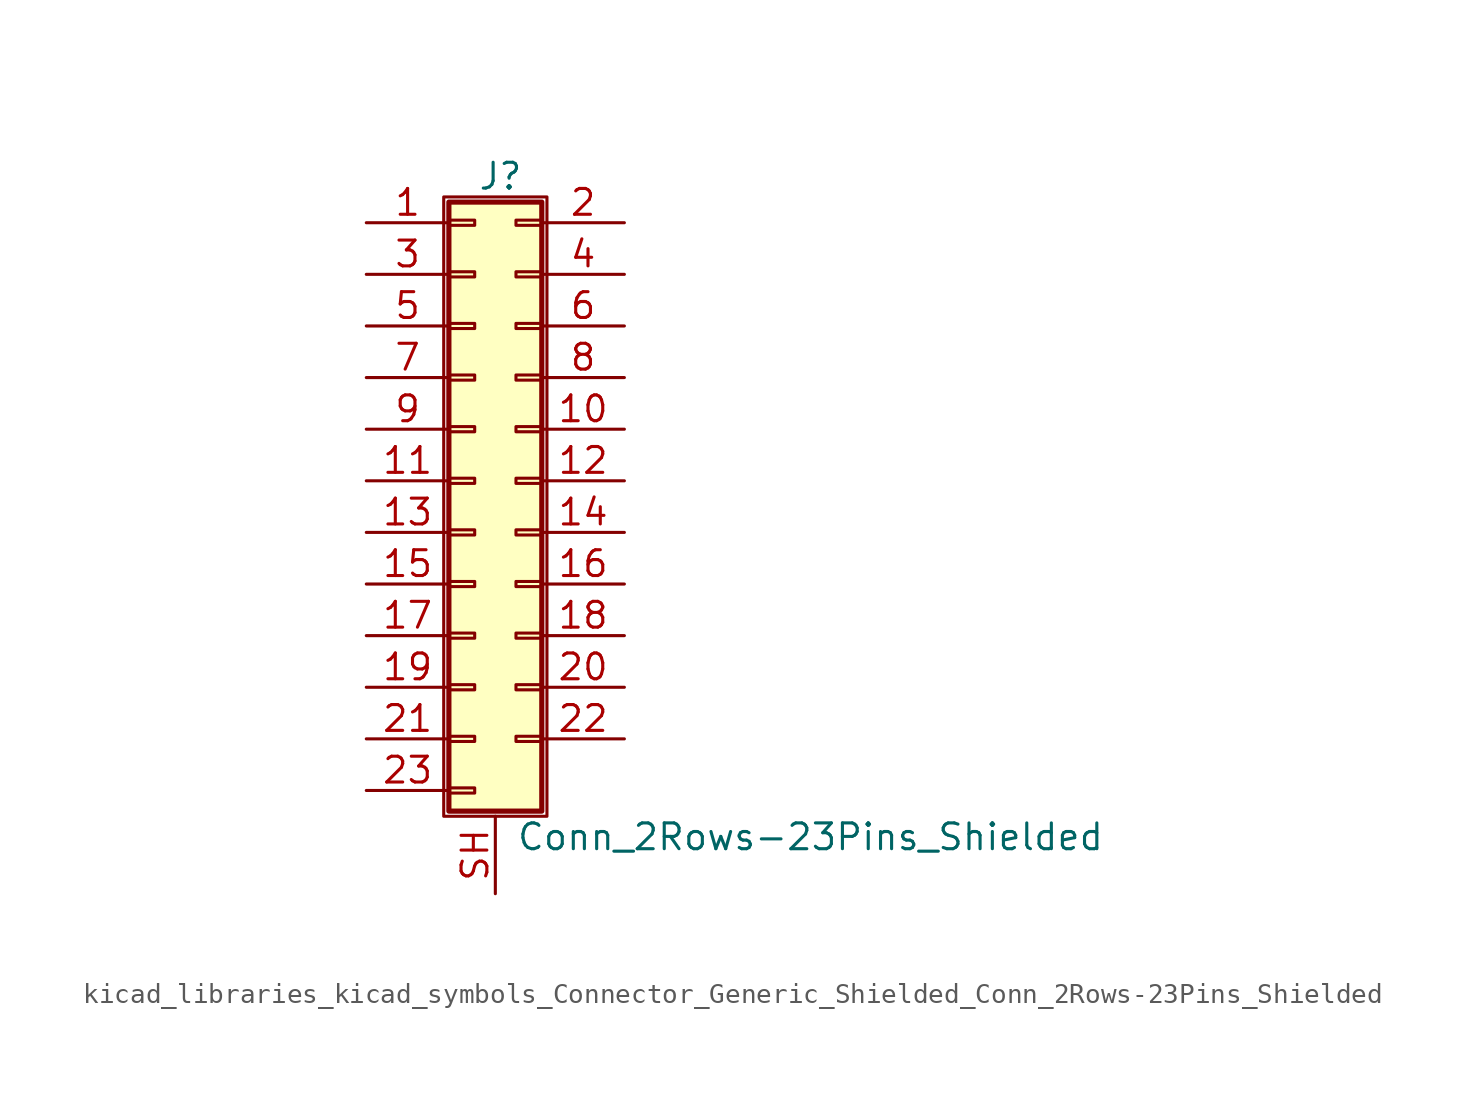
<source format=kicad_sym>
(kicad_symbol_lib
  (version 20220914)
  (generator kicad_symbol_editor)
  (symbol "kicad_libraries_kicad_symbols_Connector_Generic_Shielded_Conn_2Rows-23Pins_Shielded"
    (pin_names
      (offset 1.016) hide)
    (property "Reference" "J"
      (at 1.524 14.986 0)
      (effects (font (size 1.27 1.27))))
    (property "Value" "Conn_2Rows-23Pins_Shielded"
      (at 2.286 -17.526 0)
      (effects (font (size 1.27 1.27)) (justify left)))
    (symbol "kicad_libraries_kicad_symbols_Connector_Generic_Shielded_Conn_2Rows-23Pins_Shielded_1_1"
      (rectangle (start -1.27 13.97) (end 3.81 -16.51) (stroke (width 0.152) (type default)) (fill (type none)))
      (rectangle (start -1.016 -15.113) (end 0.254 -15.367) (stroke (width 0.152) (type default)) (fill (type none)))
      (rectangle (start -1.016 -12.573) (end 0.254 -12.827) (stroke (width 0.152) (type default)) (fill (type none)))
      (rectangle (start -1.016 -10.033) (end 0.254 -10.287) (stroke (width 0.152) (type default)) (fill (type none)))
      (rectangle (start -1.016 -7.493) (end 0.254 -7.747) (stroke (width 0.152) (type default)) (fill (type none)))
      (rectangle (start -1.016 -4.953) (end 0.254 -5.207) (stroke (width 0.152) (type default)) (fill (type none)))
      (rectangle (start -1.016 -2.413) (end 0.254 -2.667) (stroke (width 0.152) (type default)) (fill (type none)))
      (rectangle (start -1.016 0.127) (end 0.254 -0.127) (stroke (width 0.152) (type default)) (fill (type none)))
      (rectangle (start -1.016 2.667) (end 0.254 2.413) (stroke (width 0.152) (type default)) (fill (type none)))
      (rectangle (start -1.016 5.207) (end 0.254 4.953) (stroke (width 0.152) (type default)) (fill (type none)))
      (rectangle (start -1.016 7.747) (end 0.254 7.493) (stroke (width 0.152) (type default)) (fill (type none)))
      (rectangle (start -1.016 10.287) (end 0.254 10.033) (stroke (width 0.152) (type default)) (fill (type none)))
      (rectangle (start -1.016 12.827) (end 0.254 12.573) (stroke (width 0.152) (type default)) (fill (type none)))
      (rectangle (start -1.016 13.716) (end 3.556 -16.256) (stroke (width 0.254) (type default)) (fill (type background)))
      (rectangle (start 3.556 -12.573) (end 2.286 -12.827) (stroke (width 0.152) (type default)) (fill (type none)))
      (rectangle (start 3.556 -10.033) (end 2.286 -10.287) (stroke (width 0.152) (type default)) (fill (type none)))
      (rectangle (start 3.556 -7.493) (end 2.286 -7.747) (stroke (width 0.152) (type default)) (fill (type none)))
      (rectangle (start 3.556 -4.953) (end 2.286 -5.207) (stroke (width 0.152) (type default)) (fill (type none)))
      (rectangle (start 3.556 -2.413) (end 2.286 -2.667) (stroke (width 0.152) (type default)) (fill (type none)))
      (rectangle (start 3.556 0.127) (end 2.286 -0.127) (stroke (width 0.152) (type default)) (fill (type none)))
      (rectangle (start 3.556 2.667) (end 2.286 2.413) (stroke (width 0.152) (type default)) (fill (type none)))
      (rectangle (start 3.556 5.207) (end 2.286 4.953) (stroke (width 0.152) (type default)) (fill (type none)))
      (rectangle (start 3.556 7.747) (end 2.286 7.493) (stroke (width 0.152) (type default)) (fill (type none)))
      (rectangle (start 3.556 10.287) (end 2.286 10.033) (stroke (width 0.152) (type default)) (fill (type none)))
      (rectangle (start 3.556 12.827) (end 2.286 12.573) (stroke (width 0.152) (type default)) (fill (type none)))
      (pin passive line (at -5.08 12.7 0) (length 4.064) (name "Pin_1" (effects (font (size 1.27 1.27)))) (number "1" (effects (font (size 1.27 1.27)))))
      (pin passive line (at 7.62 2.54 180) (length 4.064) (name "Pin_10" (effects (font (size 1.27 1.27)))) (number "10" (effects (font (size 1.27 1.27)))))
      (pin passive line (at -5.08 0 0) (length 4.064) (name "Pin_11" (effects (font (size 1.27 1.27)))) (number "11" (effects (font (size 1.27 1.27)))))
      (pin passive line (at 7.62 0 180) (length 4.064) (name "Pin_12" (effects (font (size 1.27 1.27)))) (number "12" (effects (font (size 1.27 1.27)))))
      (pin passive line (at -5.08 -2.54 0) (length 4.064) (name "Pin_13" (effects (font (size 1.27 1.27)))) (number "13" (effects (font (size 1.27 1.27)))))
      (pin passive line (at 7.62 -2.54 180) (length 4.064) (name "Pin_14" (effects (font (size 1.27 1.27)))) (number "14" (effects (font (size 1.27 1.27)))))
      (pin passive line (at -5.08 -5.08 0) (length 4.064) (name "Pin_15" (effects (font (size 1.27 1.27)))) (number "15" (effects (font (size 1.27 1.27)))))
      (pin passive line (at 7.62 -5.08 180) (length 4.064) (name "Pin_16" (effects (font (size 1.27 1.27)))) (number "16" (effects (font (size 1.27 1.27)))))
      (pin passive line (at -5.08 -7.62 0) (length 4.064) (name "Pin_17" (effects (font (size 1.27 1.27)))) (number "17" (effects (font (size 1.27 1.27)))))
      (pin passive line (at 7.62 -7.62 180) (length 4.064) (name "Pin_18" (effects (font (size 1.27 1.27)))) (number "18" (effects (font (size 1.27 1.27)))))
      (pin passive line (at -5.08 -10.16 0) (length 4.064) (name "Pin_19" (effects (font (size 1.27 1.27)))) (number "19" (effects (font (size 1.27 1.27)))))
      (pin passive line (at 7.62 12.7 180) (length 4.064) (name "Pin_2" (effects (font (size 1.27 1.27)))) (number "2" (effects (font (size 1.27 1.27)))))
      (pin passive line (at 7.62 -10.16 180) (length 4.064) (name "Pin_20" (effects (font (size 1.27 1.27)))) (number "20" (effects (font (size 1.27 1.27)))))
      (pin passive line (at -5.08 -12.7 0) (length 4.064) (name "Pin_21" (effects (font (size 1.27 1.27)))) (number "21" (effects (font (size 1.27 1.27)))))
      (pin passive line (at 7.62 -12.7 180) (length 4.064) (name "Pin_22" (effects (font (size 1.27 1.27)))) (number "22" (effects (font (size 1.27 1.27)))))
      (pin passive line (at -5.08 -15.24 0) (length 4.064) (name "Pin_23" (effects (font (size 1.27 1.27)))) (number "23" (effects (font (size 1.27 1.27)))))
      (pin passive line (at -5.08 10.16 0) (length 4.064) (name "Pin_3" (effects (font (size 1.27 1.27)))) (number "3" (effects (font (size 1.27 1.27)))))
      (pin passive line (at 7.62 10.16 180) (length 4.064) (name "Pin_4" (effects (font (size 1.27 1.27)))) (number "4" (effects (font (size 1.27 1.27)))))
      (pin passive line (at -5.08 7.62 0) (length 4.064) (name "Pin_5" (effects (font (size 1.27 1.27)))) (number "5" (effects (font (size 1.27 1.27)))))
      (pin passive line (at 7.62 7.62 180) (length 4.064) (name "Pin_6" (effects (font (size 1.27 1.27)))) (number "6" (effects (font (size 1.27 1.27)))))
      (pin passive line (at -5.08 5.08 0) (length 4.064) (name "Pin_7" (effects (font (size 1.27 1.27)))) (number "7" (effects (font (size 1.27 1.27)))))
      (pin passive line (at 7.62 5.08 180) (length 4.064) (name "Pin_8" (effects (font (size 1.27 1.27)))) (number "8" (effects (font (size 1.27 1.27)))))
      (pin passive line (at -5.08 2.54 0) (length 4.064) (name "Pin_9" (effects (font (size 1.27 1.27)))) (number "9" (effects (font (size 1.27 1.27)))))
      (pin passive line (at 1.27 -20.32 90) (length 3.81) (name "Shield" (effects (font (size 1.27 1.27)))) (number "SH" (effects (font (size 1.27 1.27))))))))
</source>
